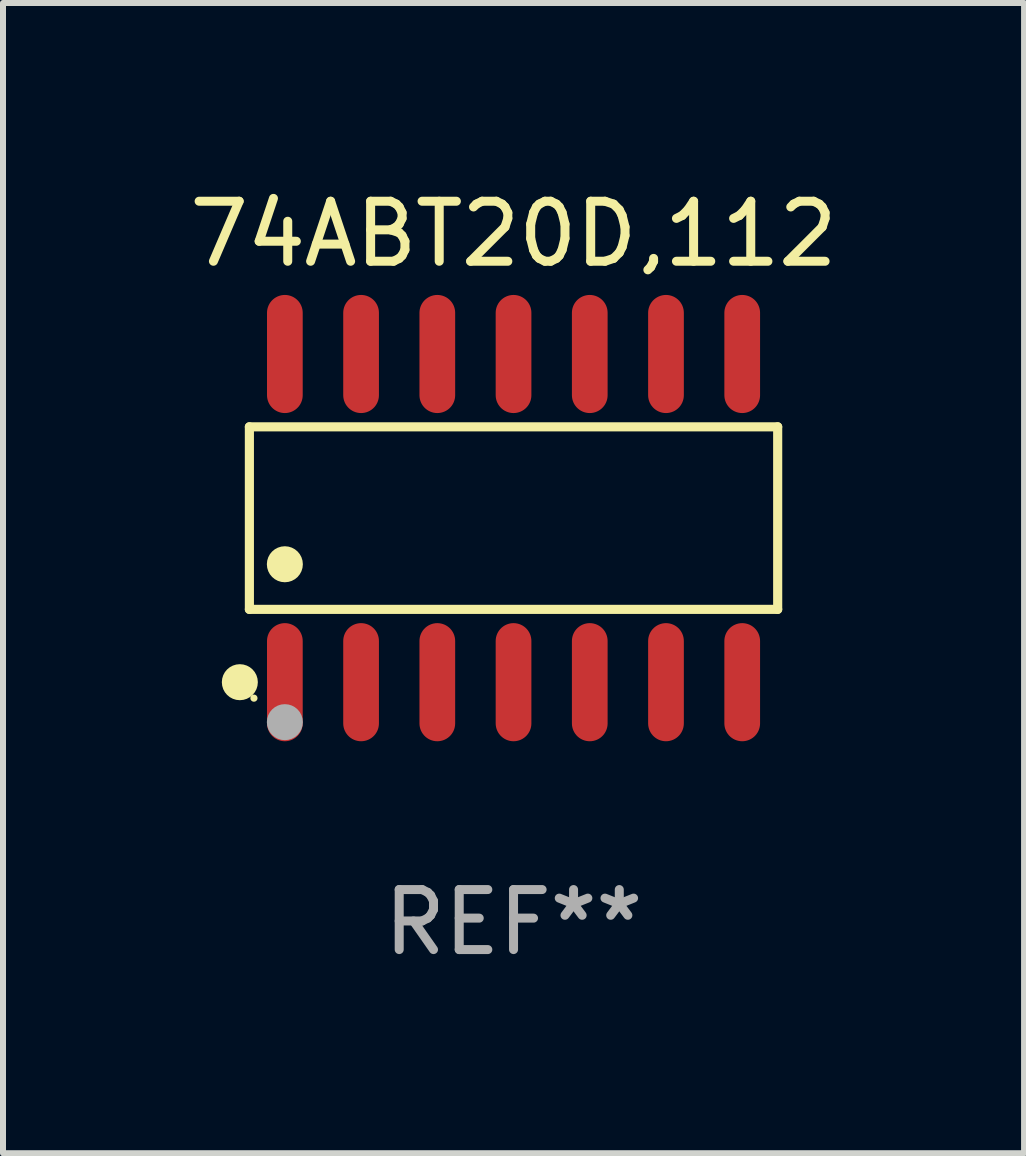
<source format=kicad_pcb>
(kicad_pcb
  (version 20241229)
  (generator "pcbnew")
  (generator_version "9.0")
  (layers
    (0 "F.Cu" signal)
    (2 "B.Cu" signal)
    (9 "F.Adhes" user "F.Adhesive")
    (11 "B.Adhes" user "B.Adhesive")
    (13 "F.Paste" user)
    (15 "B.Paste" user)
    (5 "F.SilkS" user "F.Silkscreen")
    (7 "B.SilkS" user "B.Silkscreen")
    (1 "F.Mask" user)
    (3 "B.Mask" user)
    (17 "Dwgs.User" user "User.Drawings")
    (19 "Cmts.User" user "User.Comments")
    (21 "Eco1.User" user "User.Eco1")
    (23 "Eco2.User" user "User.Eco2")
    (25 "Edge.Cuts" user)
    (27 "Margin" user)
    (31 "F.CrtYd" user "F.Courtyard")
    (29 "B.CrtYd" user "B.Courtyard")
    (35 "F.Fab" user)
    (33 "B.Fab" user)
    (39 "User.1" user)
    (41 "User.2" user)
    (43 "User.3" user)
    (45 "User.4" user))
  (footprint "74ABT20D,112"
    (layer "F.Cu")
    (at 5.506 5.582)
    (property "Reference" "74ABT20D,112" (at 0 -4.734 0) (layer "F.SilkS") (effects (font (size 1 1) (thickness 0.15))))
    (attr through_hole)
    (fp_line (start -4.401 -1.521) (end 4.401 -1.521) (stroke (width 0.152) (type solid)) (layer "F.SilkS"))
    (fp_line (start -4.401 1.521) (end -4.401 -1.521) (stroke (width 0.152) (type solid)) (layer "F.SilkS"))
    (fp_line (start 4.401 -1.521) (end 4.401 1.521) (stroke (width 0.152) (type solid)) (layer "F.SilkS"))
    (fp_line (start 4.401 1.521) (end -4.401 1.521) (stroke (width 0.152) (type solid)) (layer "F.SilkS"))
    (fp_circle (center -4.56 2.734) (end -4.41 2.734) (stroke (width 0.3) (type solid)) (fill no) (layer "F.SilkS"))
    (fp_circle (center -4.325 3) (end -4.295 3) (stroke (width 0.06) (type solid)) (fill no) (layer "F.SilkS"))
    (fp_circle (center -3.81 0.769) (end -3.66 0.769) (stroke (width 0.3) (type solid)) (fill no) (layer "F.SilkS"))
    (fp_circle (center -3.81 3.4) (end -3.66 3.4) (stroke (width 0.3) (type solid)) (fill no) (layer "F.Fab"))
    (fp_text user "REF**" (at 0 6.734 0) (layer "F.Fab") (effects (font (size 1 1) (thickness 0.15))))
    (pad "1" smd oval (at -3.81 2.734) (size 0.595 1.968) (layers "F.Cu" "F.Mask" "F.Paste"))
    (pad "2" smd oval (at -2.54 2.734) (size 0.595 1.968) (layers "F.Cu" "F.Mask" "F.Paste"))
    (pad "3" smd oval (at -1.27 2.734) (size 0.595 1.968) (layers "F.Cu" "F.Mask" "F.Paste"))
    (pad "4" smd oval (at 0 2.734) (size 0.595 1.968) (layers "F.Cu" "F.Mask" "F.Paste"))
    (pad "5" smd oval (at 1.27 2.734) (size 0.595 1.968) (layers "F.Cu" "F.Mask" "F.Paste"))
    (pad "6" smd oval (at 2.54 2.734) (size 0.595 1.968) (layers "F.Cu" "F.Mask" "F.Paste"))
    (pad "7" smd oval (at 3.81 2.734) (size 0.595 1.968) (layers "F.Cu" "F.Mask" "F.Paste"))
    (pad "8" smd oval (at 3.81 -2.734) (size 0.595 1.968) (layers "F.Cu" "F.Mask" "F.Paste"))
    (pad "9" smd oval (at 2.54 -2.734) (size 0.595 1.968) (layers "F.Cu" "F.Mask" "F.Paste"))
    (pad "10" smd oval (at 1.27 -2.734) (size 0.595 1.968) (layers "F.Cu" "F.Mask" "F.Paste"))
    (pad "11" smd oval (at 0 -2.734) (size 0.595 1.968) (layers "F.Cu" "F.Mask" "F.Paste"))
    (pad "12" smd oval (at -1.27 -2.734) (size 0.595 1.968) (layers "F.Cu" "F.Mask" "F.Paste"))
    (pad "13" smd oval (at -2.54 -2.734) (size 0.595 1.968) (layers "F.Cu" "F.Mask" "F.Paste"))
    (pad "14" smd oval (at -3.81 -2.734) (size 0.595 1.968) (layers "F.Cu" "F.Mask" "F.Paste")))
  (gr_rect
    (start -3 -3)
    (end 14.012 16.164)
    (stroke (width 0.1) (type default))
    (fill no)
    (layer "Edge.Cuts")))
</source>
